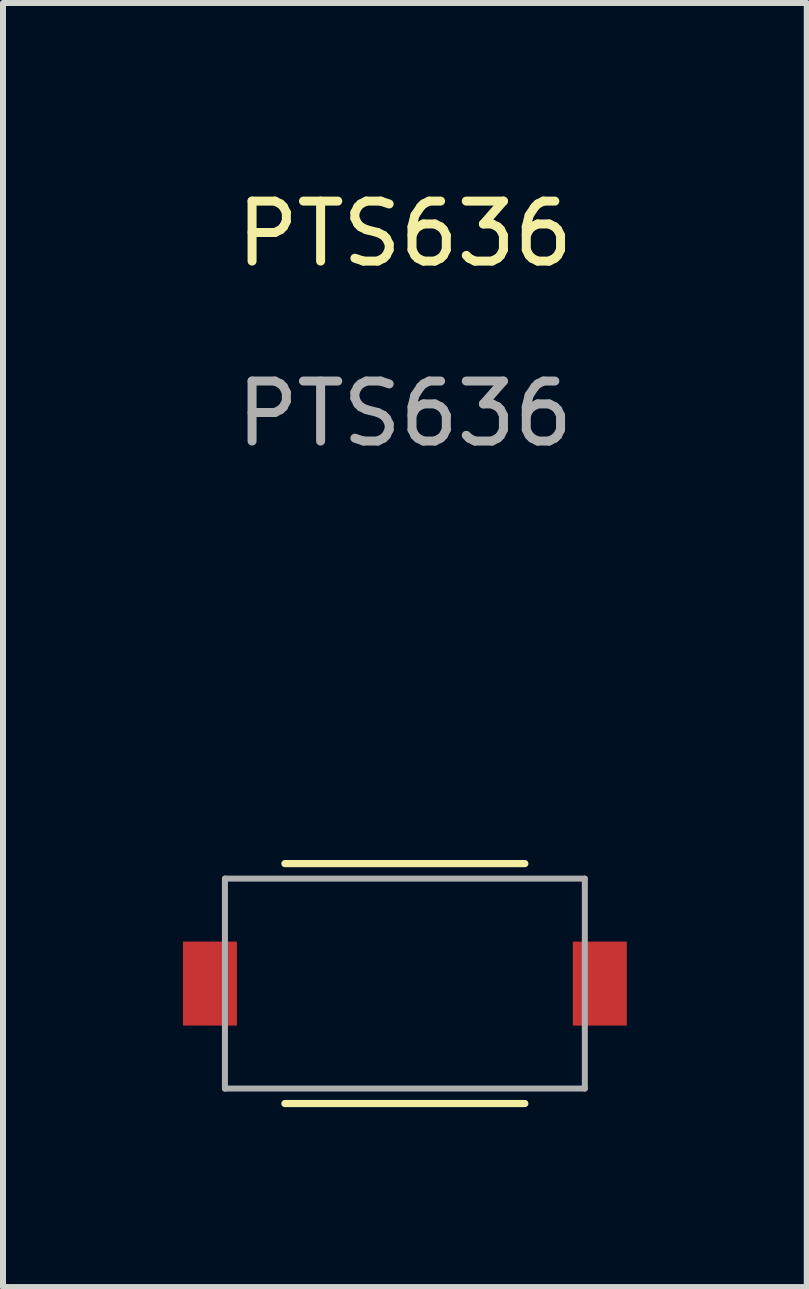
<source format=kicad_pcb>
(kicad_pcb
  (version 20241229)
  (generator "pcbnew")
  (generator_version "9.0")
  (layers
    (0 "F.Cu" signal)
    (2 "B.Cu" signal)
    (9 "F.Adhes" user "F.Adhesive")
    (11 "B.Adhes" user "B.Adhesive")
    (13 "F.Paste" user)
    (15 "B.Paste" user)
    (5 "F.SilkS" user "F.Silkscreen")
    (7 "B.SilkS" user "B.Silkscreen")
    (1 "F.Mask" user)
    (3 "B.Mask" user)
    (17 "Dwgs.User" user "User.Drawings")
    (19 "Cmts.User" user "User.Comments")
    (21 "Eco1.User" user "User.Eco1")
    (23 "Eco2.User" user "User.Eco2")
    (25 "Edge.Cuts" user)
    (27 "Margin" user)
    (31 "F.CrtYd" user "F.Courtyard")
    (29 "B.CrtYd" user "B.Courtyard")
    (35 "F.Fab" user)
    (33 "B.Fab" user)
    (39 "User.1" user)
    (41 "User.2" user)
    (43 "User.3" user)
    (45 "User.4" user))
  (footprint "PTS636"
    (layer "F.Cu")
    (at 3.7 13.348)
    (property "Reference" "PTS636" (at 0 -12.5 0) (unlocked yes) (layer "F.SilkS") (effects (font (size 1 1) (thickness 0.15))))
    (attr smd)
    (fp_line (start -2 -2) (end 2 -2) (stroke (width 0.12) (type solid)) (layer "F.SilkS"))
    (fp_line (start -2 2) (end 2 2) (stroke (width 0.12) (type solid)) (layer "F.SilkS"))
    (fp_line (start -3 -1.75) (end -3 1.75) (stroke (width 0.1) (type solid)) (layer "F.Fab"))
    (fp_line (start -3 1.75) (end 3 1.75) (stroke (width 0.1) (type solid)) (layer "F.Fab"))
    (fp_line (start 3 -1.75) (end -3 -1.75) (stroke (width 0.1) (type solid)) (layer "F.Fab"))
    (fp_line (start 3 1.75) (end 3 -1.75) (stroke (width 0.1) (type solid)) (layer "F.Fab"))
    (fp_text user "${REFERENCE}" (at 0 -9.5 0) (unlocked yes) (layer "F.Fab") (effects (font (size 1 1) (thickness 0.15))))
    (pad "1" smd rect (at 3.25 0) (size 0.9 1.4) (layers "F.Cu" "F.Mask" "F.Paste"))
    (pad "2" smd rect (at -3.25 0) (size 0.9 1.4) (layers "F.Cu" "F.Mask" "F.Paste")))
  (gr_rect
    (start -3 -3)
    (end 10.4 18.408)
    (stroke (width 0.1) (type default))
    (fill no)
    (layer "Edge.Cuts")))
</source>
